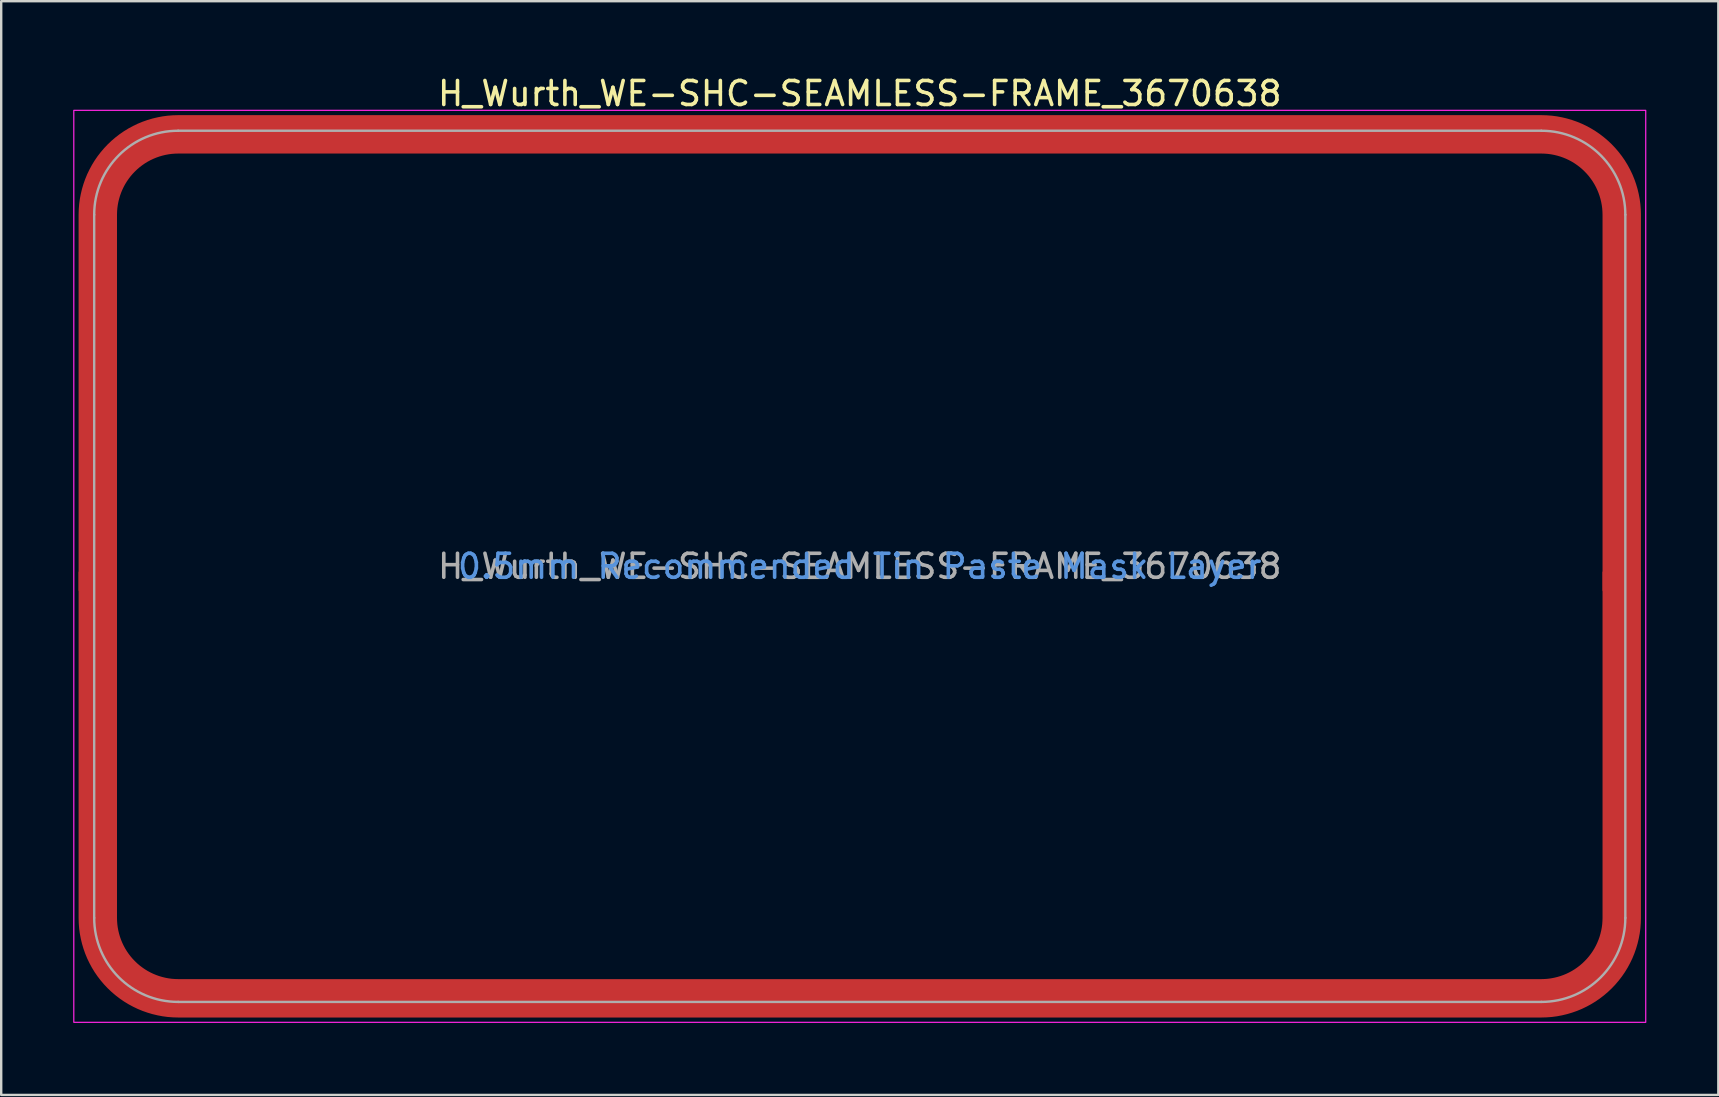
<source format=kicad_pcb>
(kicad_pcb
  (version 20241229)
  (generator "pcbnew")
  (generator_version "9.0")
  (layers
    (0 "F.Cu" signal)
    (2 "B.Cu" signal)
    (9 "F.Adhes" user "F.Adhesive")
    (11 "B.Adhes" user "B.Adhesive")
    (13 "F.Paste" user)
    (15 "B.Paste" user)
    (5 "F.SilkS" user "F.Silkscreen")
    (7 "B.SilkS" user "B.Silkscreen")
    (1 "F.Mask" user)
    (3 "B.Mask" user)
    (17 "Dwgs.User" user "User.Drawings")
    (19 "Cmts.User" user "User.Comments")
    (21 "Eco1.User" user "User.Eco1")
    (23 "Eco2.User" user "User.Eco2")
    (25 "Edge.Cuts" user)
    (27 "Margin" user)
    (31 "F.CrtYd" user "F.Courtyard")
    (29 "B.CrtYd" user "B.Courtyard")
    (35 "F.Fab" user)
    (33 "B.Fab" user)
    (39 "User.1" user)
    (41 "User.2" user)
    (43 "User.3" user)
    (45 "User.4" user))
  (footprint "H_Wurth_WE-SHC-SEAMLESS-FRAME_3670638"
    (layer "F.Cu")
    (at 32.775 20.548)
    (property "Reference" "H_Wurth_WE-SHC-SEAMLESS-FRAME_3670638" (at 0 -19.7 0) (unlocked yes) (layer "F.SilkS") (effects (font (size 1 1) (thickness 0.15))))
    (attr smd)
    (fp_poly (pts (xy 31 0.25) (xy 32.5 0.25) (xy 32.5 14.65) (xy 32.494 14.865) (xy 32.478 15.079) (xy 32.45 15.291) (xy 32.41 15.502) (xy 32.36 15.711) (xy 32.299 15.917) (xy 32.228 16.119) (xy 32.146 16.318) (xy 32.053 16.511) (xy 31.951 16.7) (xy 31.839 16.883) (xy 31.717 17.06) (xy 31.586 17.23) (xy 31.447 17.393) (xy 31.299 17.549) (xy 31.143 17.697) (xy 30.98 17.836) (xy 30.81 17.967) (xy 30.633 18.089) (xy 30.45 18.201) (xy 30.261 18.303) (xy 30.068 18.396) (xy 29.869 18.478) (xy 29.667 18.549) (xy 29.461 18.61) (xy 29.252 18.66) (xy 29.041 18.7) (xy 28.829 18.728) (xy 28.615 18.744) (xy 28.4 18.75) (xy -28.4 18.75) (xy -28.615 18.744) (xy -28.829 18.728) (xy -29.041 18.7) (xy -29.252 18.66) (xy -29.461 18.61) (xy -29.667 18.549) (xy -29.869 18.478) (xy -30.068 18.396) (xy -30.261 18.303) (xy -30.45 18.201) (xy -30.633 18.089) (xy -30.81 17.967) (xy -30.98 17.836) (xy -31.143 17.697) (xy -31.299 17.549) (xy -31.447 17.393) (xy -31.586 17.23) (xy -31.717 17.06) (xy -31.839 16.883) (xy -31.951 16.7) (xy -32.053 16.511) (xy -32.146 16.318) (xy -32.228 16.119) (xy -32.299 15.917) (xy -32.36 15.711) (xy -32.41 15.502) (xy -32.45 15.291) (xy -32.478 15.079) (xy -32.494 14.865) (xy -32.5 14.65) (xy -32.5 0.25) (xy -31 0.25) (xy -31 14.65) (xy -30.996 14.786) (xy -30.986 14.922) (xy -30.968 15.057) (xy -30.943 15.191) (xy -30.911 15.323) (xy -30.873 15.453) (xy -30.827 15.582) (xy -30.775 15.708) (xy -30.717 15.83) (xy -30.652 15.95) (xy -30.581 16.066) (xy -30.503 16.178) (xy -30.421 16.286) (xy -30.332 16.39) (xy -30.238 16.488) (xy -30.14 16.582) (xy -30.036 16.671) (xy -29.928 16.753) (xy -29.816 16.831) (xy -29.7 16.902) (xy -29.58 16.967) (xy -29.458 17.025) (xy -29.332 17.077) (xy -29.203 17.123) (xy -29.073 17.161) (xy -28.941 17.193) (xy -28.807 17.218) (xy -28.672 17.236) (xy -28.536 17.246) (xy -28.4 17.25) (xy 28.4 17.25) (xy 28.536 17.246) (xy 28.672 17.236) (xy 28.807 17.218) (xy 28.941 17.193) (xy 29.073 17.161) (xy 29.203 17.123) (xy 29.332 17.077) (xy 29.458 17.025) (xy 29.58 16.967) (xy 29.7 16.902) (xy 29.816 16.831) (xy 29.928 16.753) (xy 30.036 16.671) (xy 30.14 16.582) (xy 30.238 16.488) (xy 30.332 16.39) (xy 30.421 16.286) (xy 30.503 16.178) (xy 30.581 16.066) (xy 30.652 15.95) (xy 30.717 15.83) (xy 30.775 15.708) (xy 30.827 15.582) (xy 30.873 15.453) (xy 30.911 15.323) (xy 30.943 15.191) (xy 30.968 15.057) (xy 30.986 14.922) (xy 30.996 14.786) (xy 31 14.65) (xy 31 0.25)) (stroke (width 0.1) (type solid)) (fill yes) (layer "F.Cu"))
    (fp_poly (pts (xy 31 0.25) (xy 32.5 0.25) (xy 32.5 14.65) (xy 32.494 14.865) (xy 32.478 15.079) (xy 32.45 15.291) (xy 32.41 15.502) (xy 32.36 15.711) (xy 32.299 15.917) (xy 32.228 16.119) (xy 32.146 16.318) (xy 32.053 16.511) (xy 31.951 16.7) (xy 31.839 16.883) (xy 31.717 17.06) (xy 31.586 17.23) (xy 31.447 17.393) (xy 31.299 17.549) (xy 31.143 17.697) (xy 30.98 17.836) (xy 30.81 17.967) (xy 30.633 18.089) (xy 30.45 18.201) (xy 30.261 18.303) (xy 30.068 18.396) (xy 29.869 18.478) (xy 29.667 18.549) (xy 29.461 18.61) (xy 29.252 18.66) (xy 29.041 18.7) (xy 28.829 18.728) (xy 28.615 18.744) (xy 28.4 18.75) (xy -28.4 18.75) (xy -28.615 18.744) (xy -28.829 18.728) (xy -29.041 18.7) (xy -29.252 18.66) (xy -29.461 18.61) (xy -29.667 18.549) (xy -29.869 18.478) (xy -30.068 18.396) (xy -30.261 18.303) (xy -30.45 18.201) (xy -30.633 18.089) (xy -30.81 17.967) (xy -30.98 17.836) (xy -31.143 17.697) (xy -31.299 17.549) (xy -31.447 17.393) (xy -31.586 17.23) (xy -31.717 17.06) (xy -31.839 16.883) (xy -31.951 16.7) (xy -32.053 16.511) (xy -32.146 16.318) (xy -32.228 16.119) (xy -32.299 15.917) (xy -32.36 15.711) (xy -32.41 15.502) (xy -32.45 15.291) (xy -32.478 15.079) (xy -32.494 14.865) (xy -32.5 14.65) (xy -32.5 0.25) (xy -31 0.25) (xy -31 14.65) (xy -30.996 14.786) (xy -30.986 14.922) (xy -30.968 15.057) (xy -30.943 15.191) (xy -30.911 15.323) (xy -30.873 15.453) (xy -30.827 15.582) (xy -30.775 15.708) (xy -30.717 15.83) (xy -30.652 15.95) (xy -30.581 16.066) (xy -30.503 16.178) (xy -30.421 16.286) (xy -30.332 16.39) (xy -30.238 16.488) (xy -30.14 16.582) (xy -30.036 16.671) (xy -29.928 16.753) (xy -29.816 16.831) (xy -29.7 16.902) (xy -29.58 16.967) (xy -29.458 17.025) (xy -29.332 17.077) (xy -29.203 17.123) (xy -29.073 17.161) (xy -28.941 17.193) (xy -28.807 17.218) (xy -28.672 17.236) (xy -28.536 17.246) (xy -28.4 17.25) (xy 28.4 17.25) (xy 28.536 17.246) (xy 28.672 17.236) (xy 28.807 17.218) (xy 28.941 17.193) (xy 29.073 17.161) (xy 29.203 17.123) (xy 29.332 17.077) (xy 29.458 17.025) (xy 29.58 16.967) (xy 29.7 16.902) (xy 29.816 16.831) (xy 29.928 16.753) (xy 30.036 16.671) (xy 30.14 16.582) (xy 30.238 16.488) (xy 30.332 16.39) (xy 30.421 16.286) (xy 30.503 16.178) (xy 30.581 16.066) (xy 30.652 15.95) (xy 30.717 15.83) (xy 30.775 15.708) (xy 30.827 15.582) (xy 30.873 15.453) (xy 30.911 15.323) (xy 30.943 15.191) (xy 30.968 15.057) (xy 30.986 14.922) (xy 30.996 14.786) (xy 31 14.65) (xy 31 0.25)) (stroke (width 0.1) (type solid)) (fill yes) (layer "F.Mask"))
    (fp_poly (pts (xy 31 0.25) (xy 32.5 0.25) (xy 32.5 14.65) (xy 32.494 14.865) (xy 32.478 15.079) (xy 32.45 15.291) (xy 32.41 15.502) (xy 32.36 15.711) (xy 32.299 15.917) (xy 32.228 16.119) (xy 32.146 16.318) (xy 32.053 16.511) (xy 31.951 16.7) (xy 31.839 16.883) (xy 31.717 17.06) (xy 31.586 17.23) (xy 31.447 17.393) (xy 31.299 17.549) (xy 31.143 17.697) (xy 30.98 17.836) (xy 30.81 17.967) (xy 30.633 18.089) (xy 30.45 18.201) (xy 30.261 18.303) (xy 30.068 18.396) (xy 29.869 18.478) (xy 29.667 18.549) (xy 29.461 18.61) (xy 29.252 18.66) (xy 29.041 18.7) (xy 28.829 18.728) (xy 28.615 18.744) (xy 28.4 18.75) (xy -28.4 18.75) (xy -28.615 18.744) (xy -28.829 18.728) (xy -29.041 18.7) (xy -29.252 18.66) (xy -29.461 18.61) (xy -29.667 18.549) (xy -29.869 18.478) (xy -30.068 18.396) (xy -30.261 18.303) (xy -30.45 18.201) (xy -30.633 18.089) (xy -30.81 17.967) (xy -30.98 17.836) (xy -31.143 17.697) (xy -31.299 17.549) (xy -31.447 17.393) (xy -31.586 17.23) (xy -31.717 17.06) (xy -31.839 16.883) (xy -31.951 16.7) (xy -32.053 16.511) (xy -32.146 16.318) (xy -32.228 16.119) (xy -32.299 15.917) (xy -32.36 15.711) (xy -32.41 15.502) (xy -32.45 15.291) (xy -32.478 15.079) (xy -32.494 14.865) (xy -32.5 14.65) (xy -32.5 0.25) (xy -31 0.25) (xy -31 14.65) (xy -30.996 14.786) (xy -30.986 14.922) (xy -30.968 15.057) (xy -30.943 15.191) (xy -30.911 15.323) (xy -30.873 15.453) (xy -30.827 15.582) (xy -30.775 15.708) (xy -30.717 15.83) (xy -30.652 15.95) (xy -30.581 16.066) (xy -30.503 16.178) (xy -30.421 16.286) (xy -30.332 16.39) (xy -30.238 16.488) (xy -30.14 16.582) (xy -30.036 16.671) (xy -29.928 16.753) (xy -29.816 16.831) (xy -29.7 16.902) (xy -29.58 16.967) (xy -29.458 17.025) (xy -29.332 17.077) (xy -29.203 17.123) (xy -29.073 17.161) (xy -28.941 17.193) (xy -28.807 17.218) (xy -28.672 17.236) (xy -28.536 17.246) (xy -28.4 17.25) (xy 28.4 17.25) (xy 28.536 17.246) (xy 28.672 17.236) (xy 28.807 17.218) (xy 28.941 17.193) (xy 29.073 17.161) (xy 29.203 17.123) (xy 29.332 17.077) (xy 29.458 17.025) (xy 29.58 16.967) (xy 29.7 16.902) (xy 29.816 16.831) (xy 29.928 16.753) (xy 30.036 16.671) (xy 30.14 16.582) (xy 30.238 16.488) (xy 30.332 16.39) (xy 30.421 16.286) (xy 30.503 16.178) (xy 30.581 16.066) (xy 30.652 15.95) (xy 30.717 15.83) (xy 30.775 15.708) (xy 30.827 15.582) (xy 30.873 15.453) (xy 30.911 15.323) (xy 30.943 15.191) (xy 30.968 15.057) (xy 30.986 14.922) (xy 30.996 14.786) (xy 31 14.65) (xy 31 0.25)) (stroke (width 0.1) (type solid)) (fill yes) (layer "F.Paste"))
    (fp_rect (start -32.75 -19) (end 32.75 19) (stroke (width 0.05) (type solid)) (fill no) (layer "F.CrtYd"))
    (fp_line (start -31.9 14.65) (end -31.9 -14.65) (stroke (width 0.1) (type solid)) (layer "F.Fab"))
    (fp_line (start -28.4 -18.15) (end 28.4 -18.15) (stroke (width 0.1) (type solid)) (layer "F.Fab"))
    (fp_line (start -28.4 18.15) (end 28.4 18.15) (stroke (width 0.1) (type solid)) (layer "F.Fab"))
    (fp_line (start 31.9 14.65) (end 31.9 -14.65) (stroke (width 0.1) (type solid)) (layer "F.Fab"))
    (fp_arc (start -31.9 -14.65) (mid -30.874874 -17.124873) (end -28.4 -18.15) (stroke (width 0.1) (type solid)) (layer "F.Fab"))
    (fp_arc (start -28.4 18.15) (mid -30.874873 17.124874) (end -31.9 14.65) (stroke (width 0.1) (type solid)) (layer "F.Fab"))
    (fp_arc (start 28.4 -18.15) (mid 30.874873 -17.124874) (end 31.9 -14.65) (stroke (width 0.1) (type solid)) (layer "F.Fab"))
    (fp_arc (start 31.9 14.65) (mid 30.874874 17.124873) (end 28.4 18.15) (stroke (width 0.1) (type solid)) (layer "F.Fab"))
    (fp_text user "0.5mm Recommended Tin Paste Mask Layer" (at 0 0 0) (unlocked yes) (layer "Cmts.User") (effects (font (size 1 1) (thickness 0.15))))
    (fp_text user "${REFERENCE}" (at 0 0 0) (unlocked yes) (layer "F.Fab") (effects (font (size 1 1) (thickness 0.15))))
    (pad "1" smd custom (at -31.75 0) (size 1.5 29.3) (layers "F.Cu" "F.Mask" "F.Paste") (options (anchor rect)) (primitives (gr_poly (pts (xy 0.75 1) (xy -0.75 1) (xy -0.75 -14.65) (xy -0.744 -14.865) (xy -0.728 -15.079) (xy -0.7 -15.291) (xy -0.66 -15.502) (xy -0.61 -15.711) (xy -0.549 -15.917) (xy -0.478 -16.119) (xy -0.396 -16.318) (xy -0.303 -16.511) (xy -0.201 -16.7) (xy -0.089 -16.883) (xy 0.033 -17.06) (xy 0.164 -17.23) (xy 0.303 -17.393) (xy 0.451 -17.549) (xy 0.607 -17.697) (xy 0.77 -17.836) (xy 0.94 -17.967) (xy 1.117 -18.089) (xy 1.3 -18.201) (xy 1.489 -18.303) (xy 1.682 -18.396) (xy 1.881 -18.478) (xy 2.083 -18.549) (xy 2.289 -18.61) (xy 2.498 -18.66) (xy 2.709 -18.7) (xy 2.921 -18.728) (xy 3.135 -18.744) (xy 3.35 -18.75) (xy 60.15 -18.75) (xy 60.365 -18.744) (xy 60.579 -18.728) (xy 60.791 -18.7) (xy 61.002 -18.66) (xy 61.211 -18.61) (xy 61.417 -18.549) (xy 61.619 -18.478) (xy 61.818 -18.396) (xy 62.011 -18.303) (xy 62.2 -18.201) (xy 62.383 -18.089) (xy 62.56 -17.967) (xy 62.73 -17.836) (xy 62.893 -17.697) (xy 63.049 -17.549) (xy 63.197 -17.393) (xy 63.336 -17.23) (xy 63.467 -17.06) (xy 63.589 -16.883) (xy 63.701 -16.7) (xy 63.803 -16.511) (xy 63.896 -16.318) (xy 63.978 -16.119) (xy 64.049 -15.917) (xy 64.11 -15.711) (xy 64.16 -15.502) (xy 64.2 -15.291) (xy 64.228 -15.079) (xy 64.244 -14.865) (xy 64.25 -14.65) (xy 64.25 1) (xy 62.75 1) (xy 62.75 -14.65) (xy 62.746 -14.786) (xy 62.736 -14.922) (xy 62.718 -15.057) (xy 62.693 -15.191) (xy 62.661 -15.323) (xy 62.623 -15.453) (xy 62.577 -15.582) (xy 62.525 -15.708) (xy 62.467 -15.83) (xy 62.402 -15.95) (xy 62.331 -16.066) (xy 62.253 -16.178) (xy 62.171 -16.286) (xy 62.082 -16.39) (xy 61.988 -16.488) (xy 61.89 -16.582) (xy 61.786 -16.671) (xy 61.678 -16.753) (xy 61.566 -16.831) (xy 61.45 -16.902) (xy 61.33 -16.967) (xy 61.208 -17.025) (xy 61.082 -17.077) (xy 60.953 -17.123) (xy 60.823 -17.161) (xy 60.691 -17.193) (xy 60.557 -17.218) (xy 60.422 -17.236) (xy 60.286 -17.246) (xy 60.15 -17.25) (xy 3.35 -17.25) (xy 3.214 -17.246) (xy 3.078 -17.236) (xy 2.943 -17.218) (xy 2.809 -17.193) (xy 2.677 -17.161) (xy 2.547 -17.123) (xy 2.418 -17.077) (xy 2.292 -17.025) (xy 2.17 -16.967) (xy 2.05 -16.902) (xy 1.934 -16.831) (xy 1.822 -16.753) (xy 1.714 -16.671) (xy 1.61 -16.582) (xy 1.512 -16.488) (xy 1.418 -16.39) (xy 1.329 -16.286) (xy 1.247 -16.178) (xy 1.169 -16.066) (xy 1.098 -15.95) (xy 1.033 -15.83) (xy 0.975 -15.708) (xy 0.923 -15.582) (xy 0.877 -15.453) (xy 0.839 -15.323) (xy 0.807 -15.191) (xy 0.782 -15.057) (xy 0.764 -14.922) (xy 0.754 -14.786) (xy 0.75 -14.65) (xy 0.75 1)) (width 0.1) (fill yes)))))
  (gr_rect
    (start -3 -3)
    (end 68.55 42.573)
    (stroke (width 0.1) (type default))
    (fill no)
    (layer "Edge.Cuts")))
</source>
